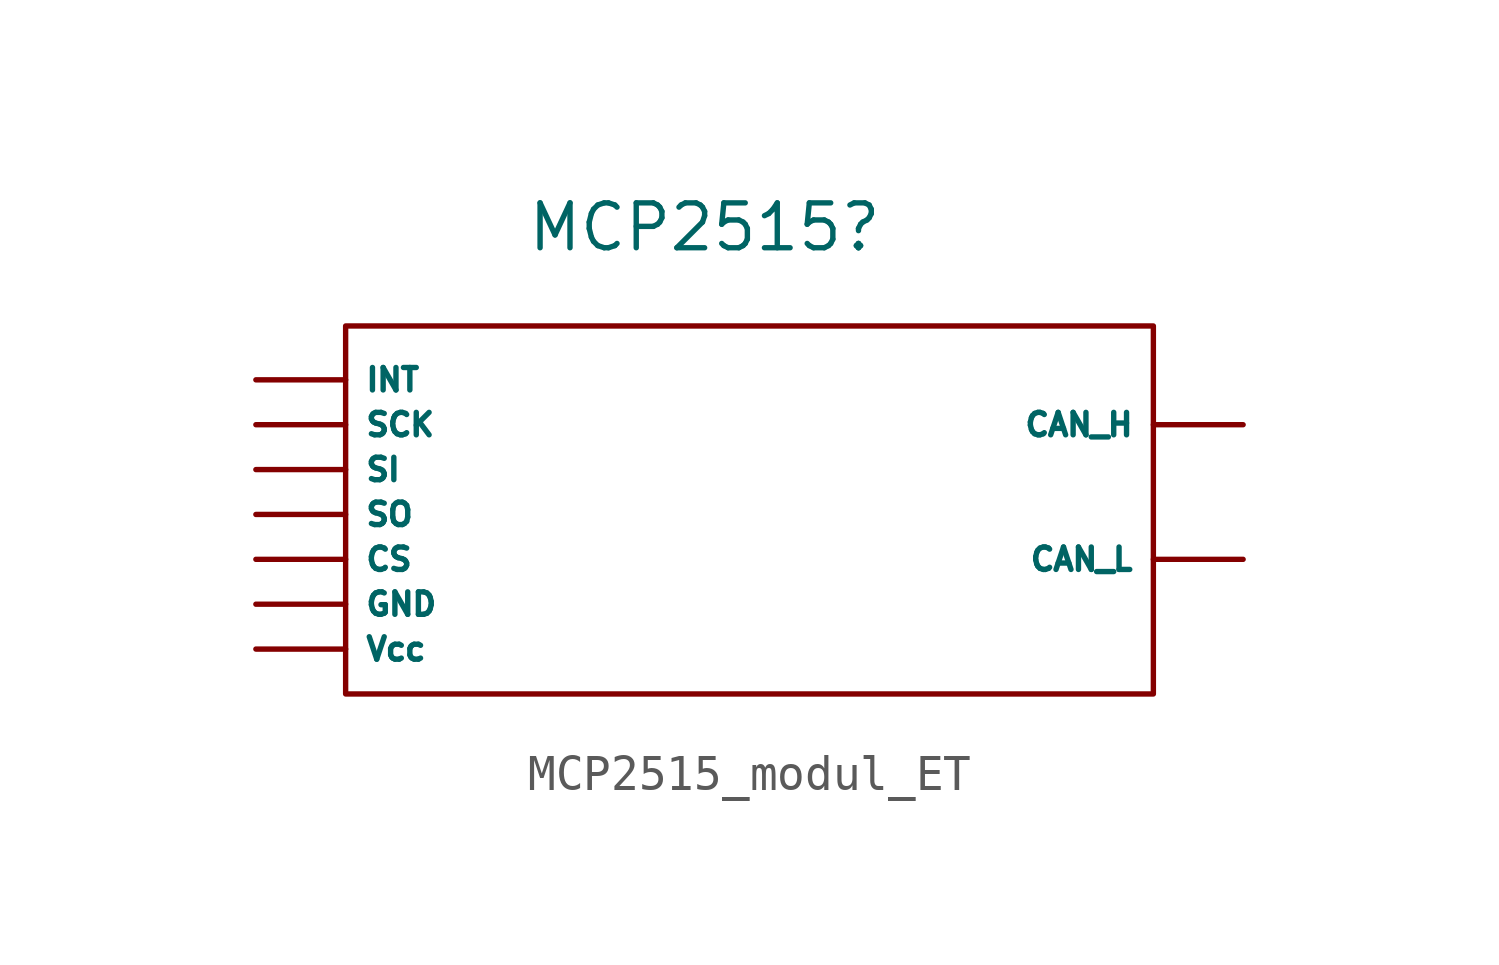
<source format=kicad_sym>
(kicad_symbol_lib
  (version 20231120)
  (generator "kicad_symbol_editor")
  (generator_version "8.0")
  (symbol "MCP2515_modul_ET"
    (property "Reference" "MCP2515"
      (at 0 8.128 0)
      (effects (font (size 1.27 1.27))))
    (property "Value" ""
      (at 0 0 0)
      (effects (font (size 1.27 1.27))))
    (symbol "MCP2515_modul_ET_0_1"
      (rectangle (start -10.16 5.334) (end 12.7 -5.08) (stroke (width 0) (type default)) (fill (type none))))
    (symbol "MCP2515_modul_ET_1_1"
      (pin output line (at 15.24 2.54 180) (length 2.54) (name "CAN_H" (effects (font (size 0.635 0.635)))) (number "" (effects (font (size 0.635 0.635)))))
      (pin output line (at 15.24 -1.27 180) (length 2.54) (name "CAN_L" (effects (font (size 0.635 0.635)))) (number "" (effects (font (size 0.635 0.635)))))
      (pin input line (at -12.7 -1.27 0) (length 2.54) (name "CS" (effects (font (size 0.635 0.635)))) (number "" (effects (font (size 0.635 0.635)))))
      (pin input line (at -12.7 -2.54 0) (length 2.54) (name "GND" (effects (font (size 0.635 0.635)))) (number "" (effects (font (size 0.635 0.635)))))
      (pin input line (at -12.7 3.81 0) (length 2.54) (name "INT" (effects (font (size 0.635 0.635)))) (number "" (effects (font (size 0.635 0.635)))))
      (pin input line (at -12.7 2.54 0) (length 2.54) (name "SCK" (effects (font (size 0.635 0.635)))) (number "" (effects (font (size 0.635 0.635)))))
      (pin input line (at -12.7 1.27 0) (length 2.54) (name "SI" (effects (font (size 0.635 0.635)))) (number "" (effects (font (size 0.635 0.635)))))
      (pin input line (at -12.7 0 0) (length 2.54) (name "SO" (effects (font (size 0.635 0.635)))) (number "" (effects (font (size 0.635 0.635)))))
      (pin input line (at -12.7 -3.81 0) (length 2.54) (name "Vcc" (effects (font (size 0.635 0.635)))) (number "" (effects (font (size 0.635 0.635))))))))
</source>
